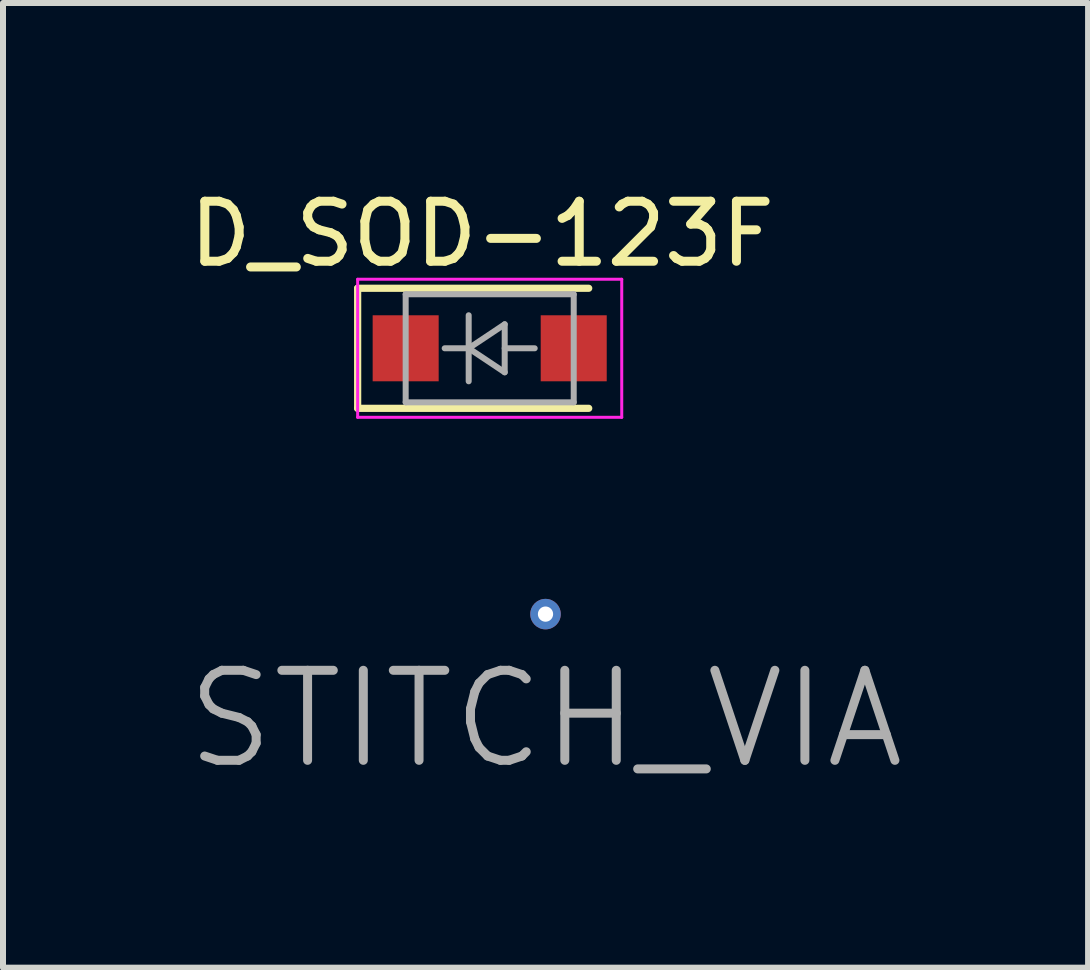
<source format=kicad_pcb>
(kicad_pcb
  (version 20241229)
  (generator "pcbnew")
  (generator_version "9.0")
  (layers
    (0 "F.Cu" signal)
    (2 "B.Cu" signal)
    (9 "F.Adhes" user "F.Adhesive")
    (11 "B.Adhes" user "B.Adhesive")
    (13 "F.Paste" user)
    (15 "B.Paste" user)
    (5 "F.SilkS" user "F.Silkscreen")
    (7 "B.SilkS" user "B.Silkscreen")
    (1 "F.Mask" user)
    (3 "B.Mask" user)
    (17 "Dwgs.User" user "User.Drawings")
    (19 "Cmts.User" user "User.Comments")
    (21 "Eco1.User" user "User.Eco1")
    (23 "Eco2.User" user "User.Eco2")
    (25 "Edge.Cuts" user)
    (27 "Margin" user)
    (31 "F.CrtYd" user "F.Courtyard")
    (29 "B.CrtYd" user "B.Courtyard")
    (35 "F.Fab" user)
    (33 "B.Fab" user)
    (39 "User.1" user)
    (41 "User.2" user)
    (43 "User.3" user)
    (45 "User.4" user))
  (footprint "D_SOD-123F"
    (layer "F.Cu")
    (at 5.109 2.753)
    (property "Reference" "D_SOD-123F" (at -0.127 -1.905 0) (layer "F.SilkS") (effects (font (size 1 1) (thickness 0.15))))
    (attr smd)
    (fp_line (start -2.2 -1) (end -2.2 1) (stroke (width 0.12) (type solid)) (layer "F.SilkS"))
    (fp_line (start -2.2 -1) (end 1.65 -1) (stroke (width 0.12) (type solid)) (layer "F.SilkS"))
    (fp_line (start -2.2 1) (end 1.65 1) (stroke (width 0.12) (type solid)) (layer "F.SilkS"))
    (fp_line (start -2.2 -1.15) (end -2.2 1.15) (stroke (width 0.05) (type solid)) (layer "F.CrtYd"))
    (fp_line (start -2.2 -1.15) (end 2.2 -1.15) (stroke (width 0.05) (type solid)) (layer "F.CrtYd"))
    (fp_line (start 2.2 -1.15) (end 2.2 1.15) (stroke (width 0.05) (type solid)) (layer "F.CrtYd"))
    (fp_line (start 2.2 1.15) (end -2.2 1.15) (stroke (width 0.05) (type solid)) (layer "F.CrtYd"))
    (fp_line (start -1.4 -0.9) (end 1.4 -0.9) (stroke (width 0.1) (type solid)) (layer "F.Fab"))
    (fp_line (start -1.4 0.9) (end -1.4 -0.9) (stroke (width 0.1) (type solid)) (layer "F.Fab"))
    (fp_line (start -0.75 0) (end -0.35 0) (stroke (width 0.1) (type solid)) (layer "F.Fab"))
    (fp_line (start -0.35 0) (end -0.35 -0.55) (stroke (width 0.1) (type solid)) (layer "F.Fab"))
    (fp_line (start -0.35 0) (end -0.35 0.55) (stroke (width 0.1) (type solid)) (layer "F.Fab"))
    (fp_line (start -0.35 0) (end 0.25 -0.4) (stroke (width 0.1) (type solid)) (layer "F.Fab"))
    (fp_line (start 0.25 -0.4) (end 0.25 0.4) (stroke (width 0.1) (type solid)) (layer "F.Fab"))
    (fp_line (start 0.25 0) (end 0.75 0) (stroke (width 0.1) (type solid)) (layer "F.Fab"))
    (fp_line (start 0.25 0.4) (end -0.35 0) (stroke (width 0.1) (type solid)) (layer "F.Fab"))
    (fp_line (start 1.4 -0.9) (end 1.4 0.9) (stroke (width 0.1) (type solid)) (layer "F.Fab"))
    (fp_line (start 1.4 0.9) (end -1.4 0.9) (stroke (width 0.1) (type solid)) (layer "F.Fab"))
    (pad "1" smd rect (at -1.4 0) (size 1.1 1.1) (layers "F.Cu" "F.Mask" "F.Paste"))
    (pad "2" smd rect (at 1.4 0) (size 1.1 1.1) (layers "F.Cu" "F.Mask" "F.Paste")))
  (footprint "STITCH_VIA"
    (layer "F.Cu")
    (at 6.039 7.182)
    (property "Reference" "STITCH_VIA" (at 0 1.75 0) (layer "F.Fab") (effects (font (size 1.5 1.5) (thickness 0.15))))
    (attr through_hole)
    (pad "1" thru_hole circle (at 0 0) (size 0.508 0.508) (drill 0.254) (layers "*.Cu")))
  (gr_rect
    (start -3 -3)
    (end 15.079 13.073)
    (stroke (width 0.1) (type default))
    (fill no)
    (layer "Edge.Cuts")))
</source>
